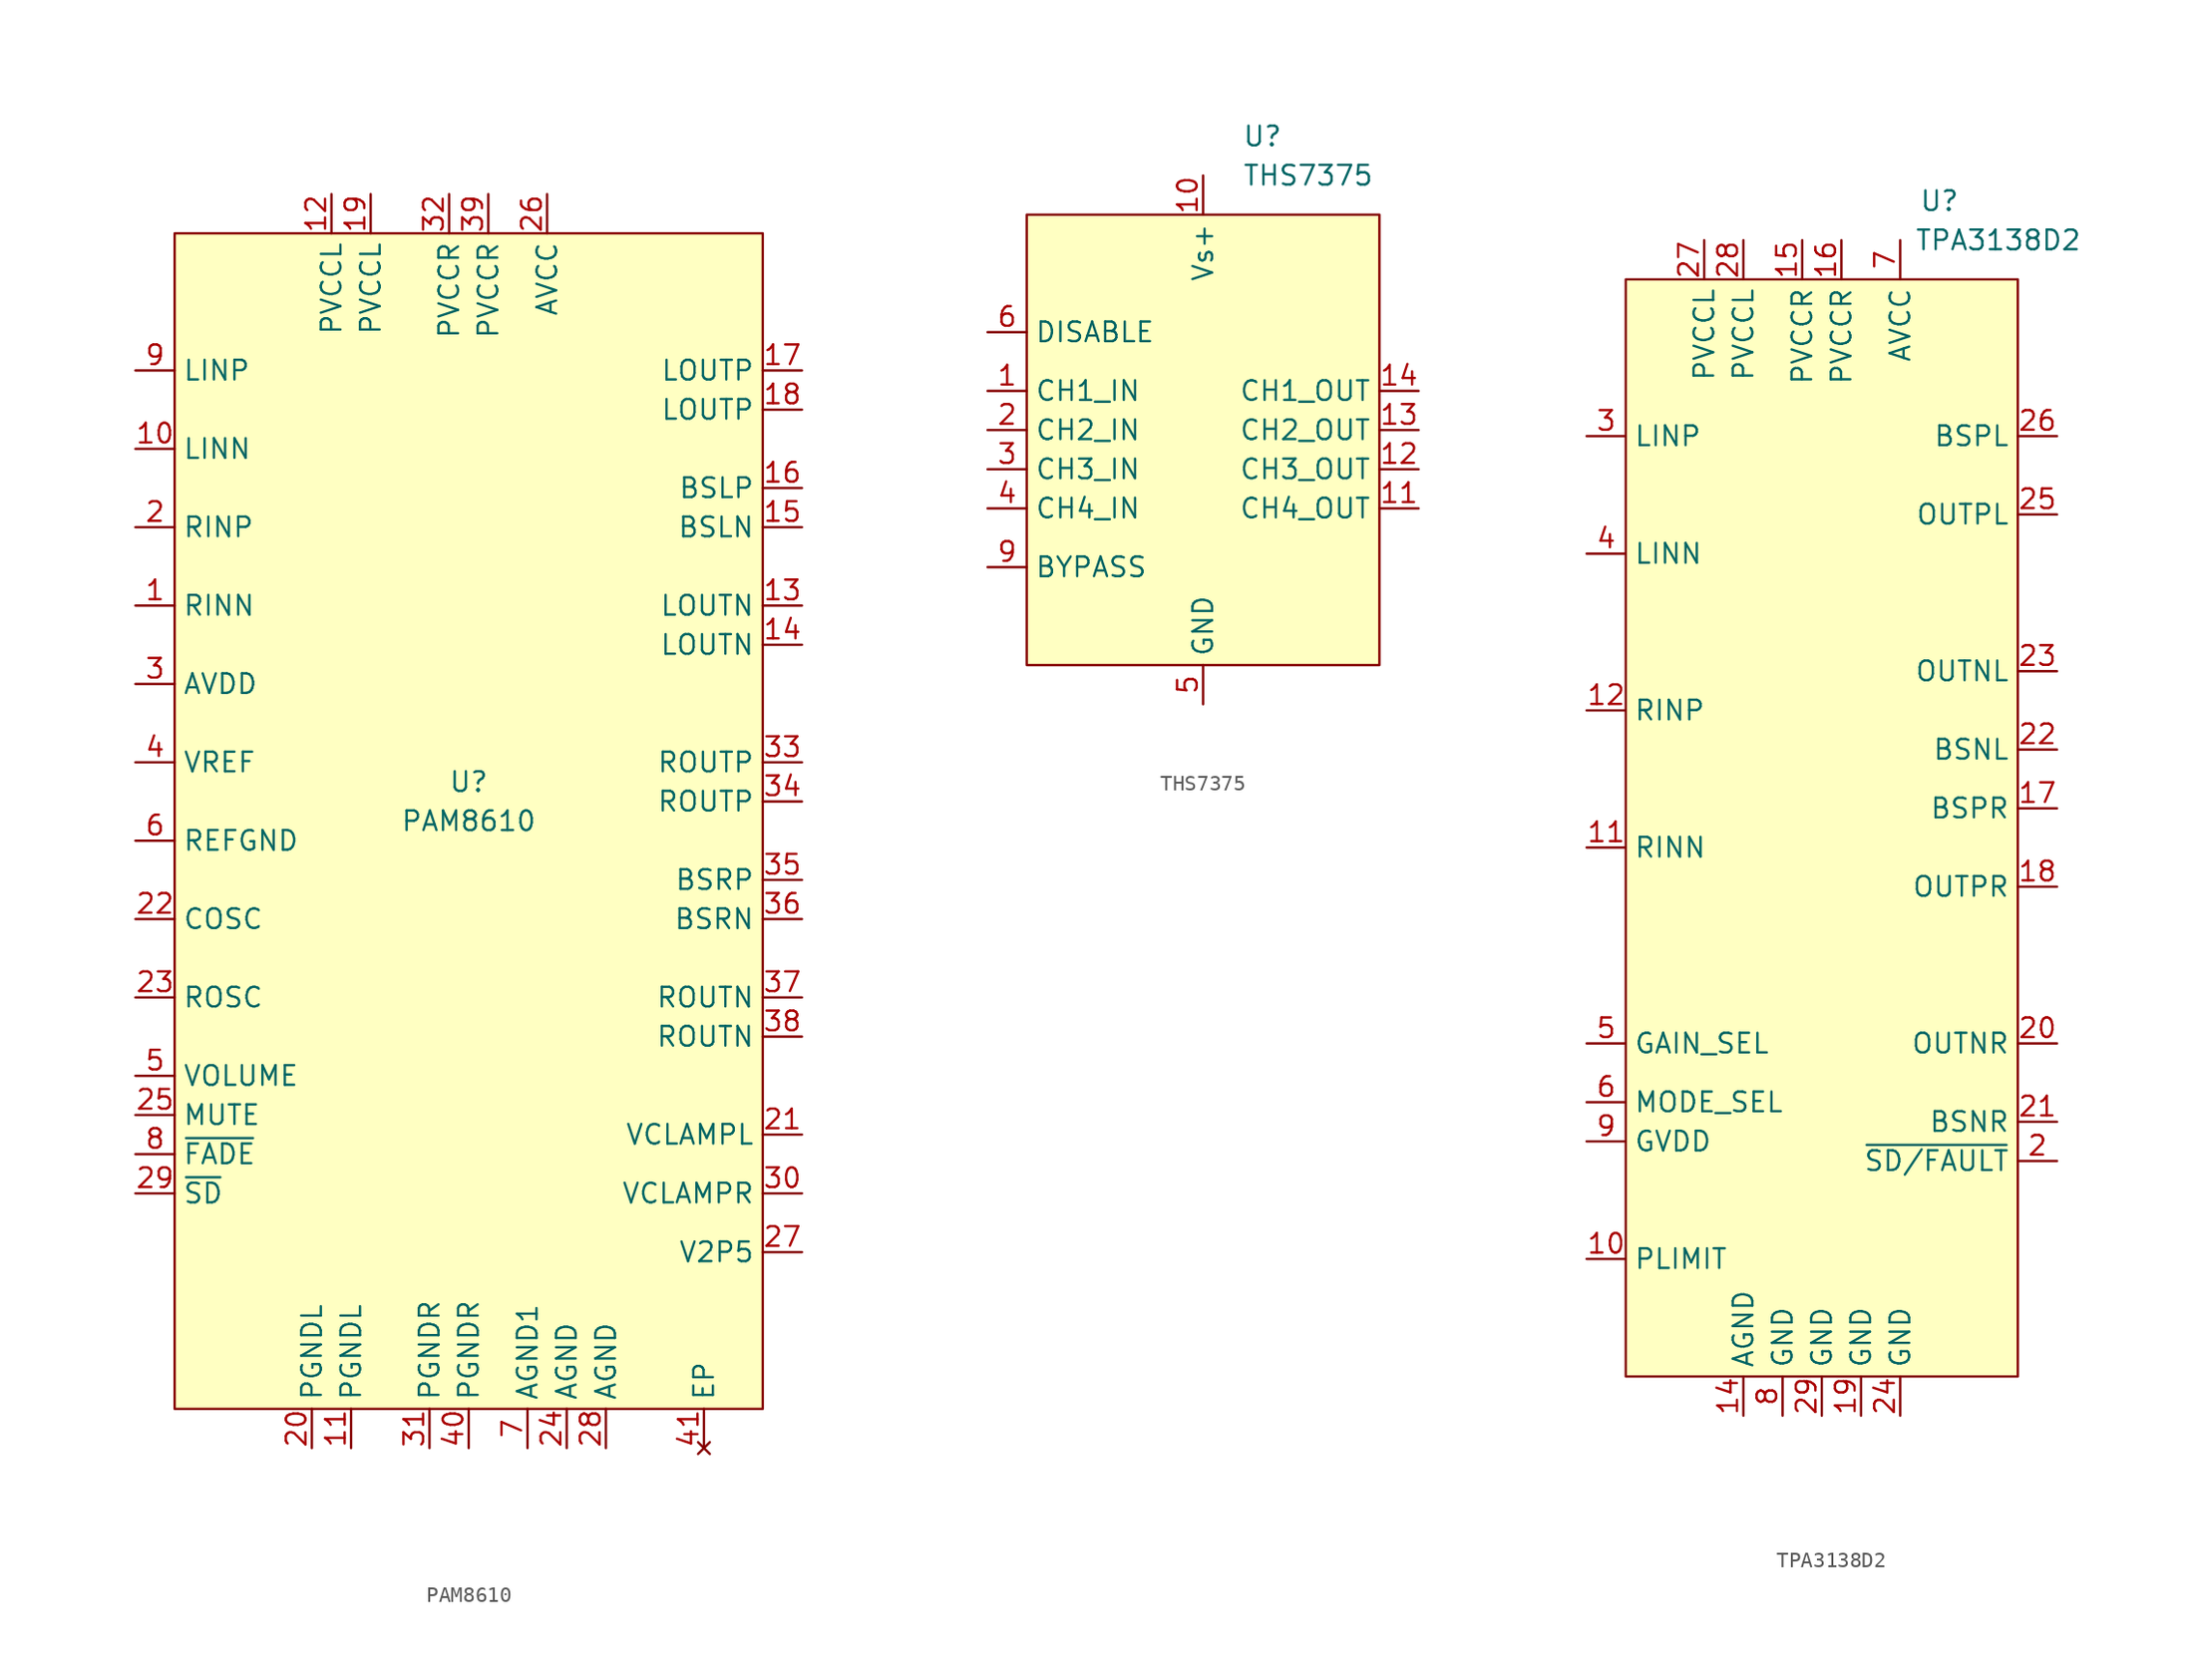
<source format=kicad_sym>
(kicad_symbol_lib
  (version 20200126)
  (host kicad_symbol_editor "(5.99.0-1907-g1c46bf195)")
  (symbol "Console2JAMMA:PAM8610"
    (property "Reference" "U"
      (at 0 2.54 0)
      (effects (font (size 1.27 1.27))))
    (property "Value" "PAM8610"
      (at 0 0 0)
      (effects (font (size 1.27 1.27))))
    (symbol "PAM8610_0_1"
      (rectangle (start -19.05 -38.1) (end 19.05 38.1) (stroke (width 0)) (fill (type background))))
    (symbol "PAM8610_0_0"
      (pin power_in line (at 1.27 40.64 270) (length 2.54) (name "PVCCR" (effects (font (size 1.27 1.27)))) (number "39" (effects (font (size 1.27 1.27)))))
      (pin power_in line (at 0 -40.64 90) (length 2.54) (name "PGNDR" (effects (font (size 1.27 1.27)))) (number "40" (effects (font (size 1.27 1.27))))))
    (symbol "PAM8610_1_1"
      (pin input line (at -21.59 13.97 0) (length 2.54) (name "RINN" (effects (font (size 1.27 1.27)))) (number "1" (effects (font (size 1.27 1.27)))))
      (pin input line (at -21.59 24.13 0) (length 2.54) (name "LINN" (effects (font (size 1.27 1.27)))) (number "10" (effects (font (size 1.27 1.27)))))
      (pin power_in line (at -7.62 -40.64 90) (length 2.54) (name "PGNDL" (effects (font (size 1.27 1.27)))) (number "11" (effects (font (size 1.27 1.27)))))
      (pin power_in line (at -8.89 40.64 270) (length 2.54) (name "PVCCL" (effects (font (size 1.27 1.27)))) (number "12" (effects (font (size 1.27 1.27)))))
      (pin output line (at 21.59 13.97 180) (length 2.54) (name "LOUTN" (effects (font (size 1.27 1.27)))) (number "13" (effects (font (size 1.27 1.27)))))
      (pin output line (at 21.59 11.43 180) (length 2.54) (name "LOUTN" (effects (font (size 1.27 1.27)))) (number "14" (effects (font (size 1.27 1.27)))))
      (pin bidirectional line (at 21.59 19.05 180) (length 2.54) (name "BSLN" (effects (font (size 1.27 1.27)))) (number "15" (effects (font (size 1.27 1.27)))))
      (pin bidirectional line (at 21.59 21.59 180) (length 2.54) (name "BSLP" (effects (font (size 1.27 1.27)))) (number "16" (effects (font (size 1.27 1.27)))))
      (pin output line (at 21.59 29.21 180) (length 2.54) (name "LOUTP" (effects (font (size 1.27 1.27)))) (number "17" (effects (font (size 1.27 1.27)))))
      (pin output line (at 21.59 26.67 180) (length 2.54) (name "LOUTP" (effects (font (size 1.27 1.27)))) (number "18" (effects (font (size 1.27 1.27)))))
      (pin power_in line (at -6.35 40.64 270) (length 2.54) (name "PVCCL" (effects (font (size 1.27 1.27)))) (number "19" (effects (font (size 1.27 1.27)))))
      (pin input line (at -21.59 19.05 0) (length 2.54) (name "RINP" (effects (font (size 1.27 1.27)))) (number "2" (effects (font (size 1.27 1.27)))))
      (pin power_in line (at -10.16 -40.64 90) (length 2.54) (name "PGNDL" (effects (font (size 1.27 1.27)))) (number "20" (effects (font (size 1.27 1.27)))))
      (pin power_out line (at 21.59 -20.32 180) (length 2.54) (name "VCLAMPL" (effects (font (size 1.27 1.27)))) (number "21" (effects (font (size 1.27 1.27)))))
      (pin bidirectional line (at -21.59 -6.35 0) (length 2.54) (name "COSC" (effects (font (size 1.27 1.27)))) (number "22" (effects (font (size 1.27 1.27)))))
      (pin bidirectional line (at -21.59 -11.43 0) (length 2.54) (name "ROSC" (effects (font (size 1.27 1.27)))) (number "23" (effects (font (size 1.27 1.27)))))
      (pin power_in line (at 6.35 -40.64 90) (length 2.54) (name "AGND" (effects (font (size 1.27 1.27)))) (number "24" (effects (font (size 1.27 1.27)))))
      (pin input line (at -21.59 -19.05 0) (length 2.54) (name "MUTE" (effects (font (size 1.27 1.27)))) (number "25" (effects (font (size 1.27 1.27)))))
      (pin power_in line (at 5.08 40.64 270) (length 2.54) (name "AVCC" (effects (font (size 1.27 1.27)))) (number "26" (effects (font (size 1.27 1.27)))))
      (pin power_out line (at 21.59 -27.94 180) (length 2.54) (name "V2P5" (effects (font (size 1.27 1.27)))) (number "27" (effects (font (size 1.27 1.27)))))
      (pin power_in line (at 8.89 -40.64 90) (length 2.54) (name "AGND" (effects (font (size 1.27 1.27)))) (number "28" (effects (font (size 1.27 1.27)))))
      (pin input line (at -21.59 -24.13 0) (length 2.54) (name "~SD~" (effects (font (size 1.27 1.27)))) (number "29" (effects (font (size 1.27 1.27)))))
      (pin power_out line (at -21.59 8.89 0) (length 2.54) (name "AVDD" (effects (font (size 1.27 1.27)))) (number "3" (effects (font (size 1.27 1.27)))))
      (pin power_out line (at 21.59 -24.13 180) (length 2.54) (name "VCLAMPR" (effects (font (size 1.27 1.27)))) (number "30" (effects (font (size 1.27 1.27)))))
      (pin power_in line (at -2.54 -40.64 90) (length 2.54) (name "PGNDR" (effects (font (size 1.27 1.27)))) (number "31" (effects (font (size 1.27 1.27)))))
      (pin power_in line (at -1.27 40.64 270) (length 2.54) (name "PVCCR" (effects (font (size 1.27 1.27)))) (number "32" (effects (font (size 1.27 1.27)))))
      (pin output line (at 21.59 3.81 180) (length 2.54) (name "ROUTP" (effects (font (size 1.27 1.27)))) (number "33" (effects (font (size 1.27 1.27)))))
      (pin output line (at 21.59 1.27 180) (length 2.54) (name "ROUTP" (effects (font (size 1.27 1.27)))) (number "34" (effects (font (size 1.27 1.27)))))
      (pin bidirectional line (at 21.59 -3.81 180) (length 2.54) (name "BSRP" (effects (font (size 1.27 1.27)))) (number "35" (effects (font (size 1.27 1.27)))))
      (pin bidirectional line (at 21.59 -6.35 180) (length 2.54) (name "BSRN" (effects (font (size 1.27 1.27)))) (number "36" (effects (font (size 1.27 1.27)))))
      (pin output line (at 21.59 -11.43 180) (length 2.54) (name "ROUTN" (effects (font (size 1.27 1.27)))) (number "37" (effects (font (size 1.27 1.27)))))
      (pin output line (at 21.59 -13.97 180) (length 2.54) (name "ROUTN" (effects (font (size 1.27 1.27)))) (number "38" (effects (font (size 1.27 1.27)))))
      (pin input line (at -21.59 3.81 0) (length 2.54) (name "VREF" (effects (font (size 1.27 1.27)))) (number "4" (effects (font (size 1.27 1.27)))))
      (pin input line (at -21.59 -16.51 0) (length 2.54) (name "VOLUME" (effects (font (size 1.27 1.27)))) (number "5" (effects (font (size 1.27 1.27)))))
      (pin power_in line (at -21.59 -1.27 0) (length 2.54) (name "REFGND" (effects (font (size 1.27 1.27)))) (number "6" (effects (font (size 1.27 1.27)))))
      (pin power_in line (at 3.81 -40.64 90) (length 2.54) (name "AGND1" (effects (font (size 1.27 1.27)))) (number "7" (effects (font (size 1.27 1.27)))))
      (pin input line (at -21.59 -21.59 0) (length 2.54) (name "~FADE~" (effects (font (size 1.27 1.27)))) (number "8" (effects (font (size 1.27 1.27)))))
      (pin input line (at -21.59 29.21 0) (length 2.54) (name "LINP" (effects (font (size 1.27 1.27)))) (number "9" (effects (font (size 1.27 1.27)))))
      (pin unconnected line (at 15.24 -40.64 90) (length 2.54) (name "EP" (effects (font (size 1.27 1.27)))) (number "41" (effects (font (size 1.27 1.27)))))))
  (symbol "Console2JAMMA:THS7375"
    (property "Reference" "U"
      (at 2.54 22.86 0)
      (effects (font (size 1.27 1.27)) (justify left)))
    (property "Value" "THS7375"
      (at 2.54 20.32 0)
      (effects (font (size 1.27 1.27)) (justify left)))
    (symbol "THS7375_0_1"
      (rectangle (start -11.43 17.78) (end 11.43 -11.43) (stroke (width 0)) (fill (type background))))
    (symbol "THS7375_1_1"
      (pin input line (at -13.97 6.35 0) (length 2.54) (name "CH1_IN" (effects (font (size 1.27 1.27)))) (number "1" (effects (font (size 1.27 1.27)))))
      (pin power_in line (at 0 20.32 270) (length 2.54) (name "Vs+" (effects (font (size 1.27 1.27)))) (number "10" (effects (font (size 1.27 1.27)))))
      (pin output line (at 13.97 -1.27 180) (length 2.54) (name "CH4_OUT" (effects (font (size 1.27 1.27)))) (number "11" (effects (font (size 1.27 1.27)))))
      (pin output line (at 13.97 1.27 180) (length 2.54) (name "CH3_OUT" (effects (font (size 1.27 1.27)))) (number "12" (effects (font (size 1.27 1.27)))))
      (pin output line (at 13.97 3.81 180) (length 2.54) (name "CH2_OUT" (effects (font (size 1.27 1.27)))) (number "13" (effects (font (size 1.27 1.27)))))
      (pin output line (at 13.97 6.35 180) (length 2.54) (name "CH1_OUT" (effects (font (size 1.27 1.27)))) (number "14" (effects (font (size 1.27 1.27)))))
      (pin input line (at -13.97 3.81 0) (length 2.54) (name "CH2_IN" (effects (font (size 1.27 1.27)))) (number "2" (effects (font (size 1.27 1.27)))))
      (pin input line (at -13.97 1.27 0) (length 2.54) (name "CH3_IN" (effects (font (size 1.27 1.27)))) (number "3" (effects (font (size 1.27 1.27)))))
      (pin input line (at -13.97 -1.27 0) (length 2.54) (name "CH4_IN" (effects (font (size 1.27 1.27)))) (number "4" (effects (font (size 1.27 1.27)))))
      (pin power_in line (at 0 -13.97 90) (length 2.54) (name "GND" (effects (font (size 1.27 1.27)))) (number "5" (effects (font (size 1.27 1.27)))))
      (pin input line (at -13.97 10.16 0) (length 2.54) (name "DISABLE" (effects (font (size 1.27 1.27)))) (number "6" (effects (font (size 1.27 1.27)))))
      (pin unconnected line (at -13.97 -7.62 0) (length 2.54) hide (name "NC" (effects (font (size 1.27 1.27)))) (number "7" (effects (font (size 1.27 1.27)))))
      (pin unconnected line (at -13.97 -10.16 0) (length 2.54) hide (name "NC" (effects (font (size 1.27 1.27)))) (number "8" (effects (font (size 1.27 1.27)))))
      (pin input line (at -13.97 -5.08 0) (length 2.54) (name "BYPASS" (effects (font (size 1.27 1.27)))) (number "9" (effects (font (size 1.27 1.27)))))))
  (symbol "Console2JAMMA:TPA3138D2"
    (property "Reference" "U"
      (at 7.62 27.94 0)
      (effects (font (size 1.27 1.27))))
    (property "Value" "TPA3138D2"
      (at 11.43 25.4 0)
      (effects (font (size 1.27 1.27))))
    (symbol "TPA3138D2_1_1"
      (rectangle (start -12.7 22.86) (end 12.7 -48.26) (stroke (width 0)) (fill (type background)))
      (pin input line (at -15.24 -40.64 0) (length 2.54) (name "PLIMIT" (effects (font (size 1.27 1.27)))) (number "10" (effects (font (size 1.27 1.27)))))
      (pin input line (at -15.24 -13.97 0) (length 2.54) (name "RINN" (effects (font (size 1.27 1.27)))) (number "11" (effects (font (size 1.27 1.27)))))
      (pin input line (at -15.24 -5.08 0) (length 2.54) (name "RINP" (effects (font (size 1.27 1.27)))) (number "12" (effects (font (size 1.27 1.27)))))
      (pin unconnected non_logic (at -15.24 -45.72 0) (length 2.54) hide (name "NC" (effects (font (size 1.27 1.27)))) (number "13" (effects (font (size 1.27 1.27)))))
      (pin power_in line (at -5.08 -50.8 90) (length 2.54) (name "AGND" (effects (font (size 1.27 1.27)))) (number "14" (effects (font (size 1.27 1.27)))))
      (pin power_in line (at -1.27 25.4 270) (length 2.54) (name "PVCCR" (effects (font (size 1.27 1.27)))) (number "15" (effects (font (size 1.27 1.27)))))
      (pin power_in line (at 1.27 25.4 270) (length 2.54) (name "PVCCR" (effects (font (size 1.27 1.27)))) (number "16" (effects (font (size 1.27 1.27)))))
      (pin power_out line (at 15.24 -11.43 180) (length 2.54) (name "BSPR" (effects (font (size 1.27 1.27)))) (number "17" (effects (font (size 1.27 1.27)))))
      (pin output line (at 15.24 -16.51 180) (length 2.54) (name "OUTPR" (effects (font (size 1.27 1.27)))) (number "18" (effects (font (size 1.27 1.27)))))
      (pin power_in line (at 2.54 -50.8 90) (length 2.54) (name "GND" (effects (font (size 1.27 1.27)))) (number "19" (effects (font (size 1.27 1.27)))))
      (pin bidirectional line (at 15.24 -34.29 180) (length 2.54) (name "~SD/FAULT~" (effects (font (size 1.27 1.27)))) (number "2" (effects (font (size 1.27 1.27)))))
      (pin output line (at 15.24 -26.67 180) (length 2.54) (name "OUTNR" (effects (font (size 1.27 1.27)))) (number "20" (effects (font (size 1.27 1.27)))))
      (pin power_out line (at 15.24 -31.75 180) (length 2.54) (name "BSNR" (effects (font (size 1.27 1.27)))) (number "21" (effects (font (size 1.27 1.27)))))
      (pin power_out line (at 15.24 -7.62 180) (length 2.54) (name "BSNL" (effects (font (size 1.27 1.27)))) (number "22" (effects (font (size 1.27 1.27)))))
      (pin output line (at 15.24 -2.54 180) (length 2.54) (name "OUTNL" (effects (font (size 1.27 1.27)))) (number "23" (effects (font (size 1.27 1.27)))))
      (pin power_in line (at 5.08 -50.8 90) (length 2.54) (name "GND" (effects (font (size 1.27 1.27)))) (number "24" (effects (font (size 1.27 1.27)))))
      (pin output line (at 15.24 7.62 180) (length 2.54) (name "OUTPL" (effects (font (size 1.27 1.27)))) (number "25" (effects (font (size 1.27 1.27)))))
      (pin power_out line (at 15.24 12.7 180) (length 2.54) (name "BSPL" (effects (font (size 1.27 1.27)))) (number "26" (effects (font (size 1.27 1.27)))))
      (pin power_in line (at -7.62 25.4 270) (length 2.54) (name "PVCCL" (effects (font (size 1.27 1.27)))) (number "27" (effects (font (size 1.27 1.27)))))
      (pin power_in line (at -5.08 25.4 270) (length 2.54) (name "PVCCL" (effects (font (size 1.27 1.27)))) (number "28" (effects (font (size 1.27 1.27)))))
      (pin input line (at -15.24 12.7 0) (length 2.54) (name "LINP" (effects (font (size 1.27 1.27)))) (number "3" (effects (font (size 1.27 1.27)))))
      (pin input line (at -15.24 5.08 0) (length 2.54) (name "LINN" (effects (font (size 1.27 1.27)))) (number "4" (effects (font (size 1.27 1.27)))))
      (pin input line (at -15.24 -26.67 0) (length 2.54) (name "GAIN_SEL" (effects (font (size 1.27 1.27)))) (number "5" (effects (font (size 1.27 1.27)))))
      (pin input line (at -15.24 -30.48 0) (length 2.54) (name "MODE_SEL" (effects (font (size 1.27 1.27)))) (number "6" (effects (font (size 1.27 1.27)))))
      (pin power_in line (at 5.08 25.4 270) (length 2.54) (name "AVCC" (effects (font (size 1.27 1.27)))) (number "7" (effects (font (size 1.27 1.27)))))
      (pin power_in line (at -2.54 -50.8 90) (length 2.54) (name "GND" (effects (font (size 1.27 1.27)))) (number "8" (effects (font (size 1.27 1.27)))))
      (pin power_out line (at -15.24 -33.02 0) (length 2.54) (name "GVDD" (effects (font (size 1.27 1.27)))) (number "9" (effects (font (size 1.27 1.27))))))
    (symbol "TPA3138D2_0_0"
      (pin unconnected non_logic (at -15.24 -43.18 0) (length 2.54) hide (name "NC" (effects (font (size 1.27 1.27)))) (number "1" (effects (font (size 1.27 1.27)))))
      (pin power_in line (at 0 -50.8 90) (length 2.54) (name "GND" (effects (font (size 1.27 1.27)))) (number "29" (effects (font (size 1.27 1.27))))))))
</source>
